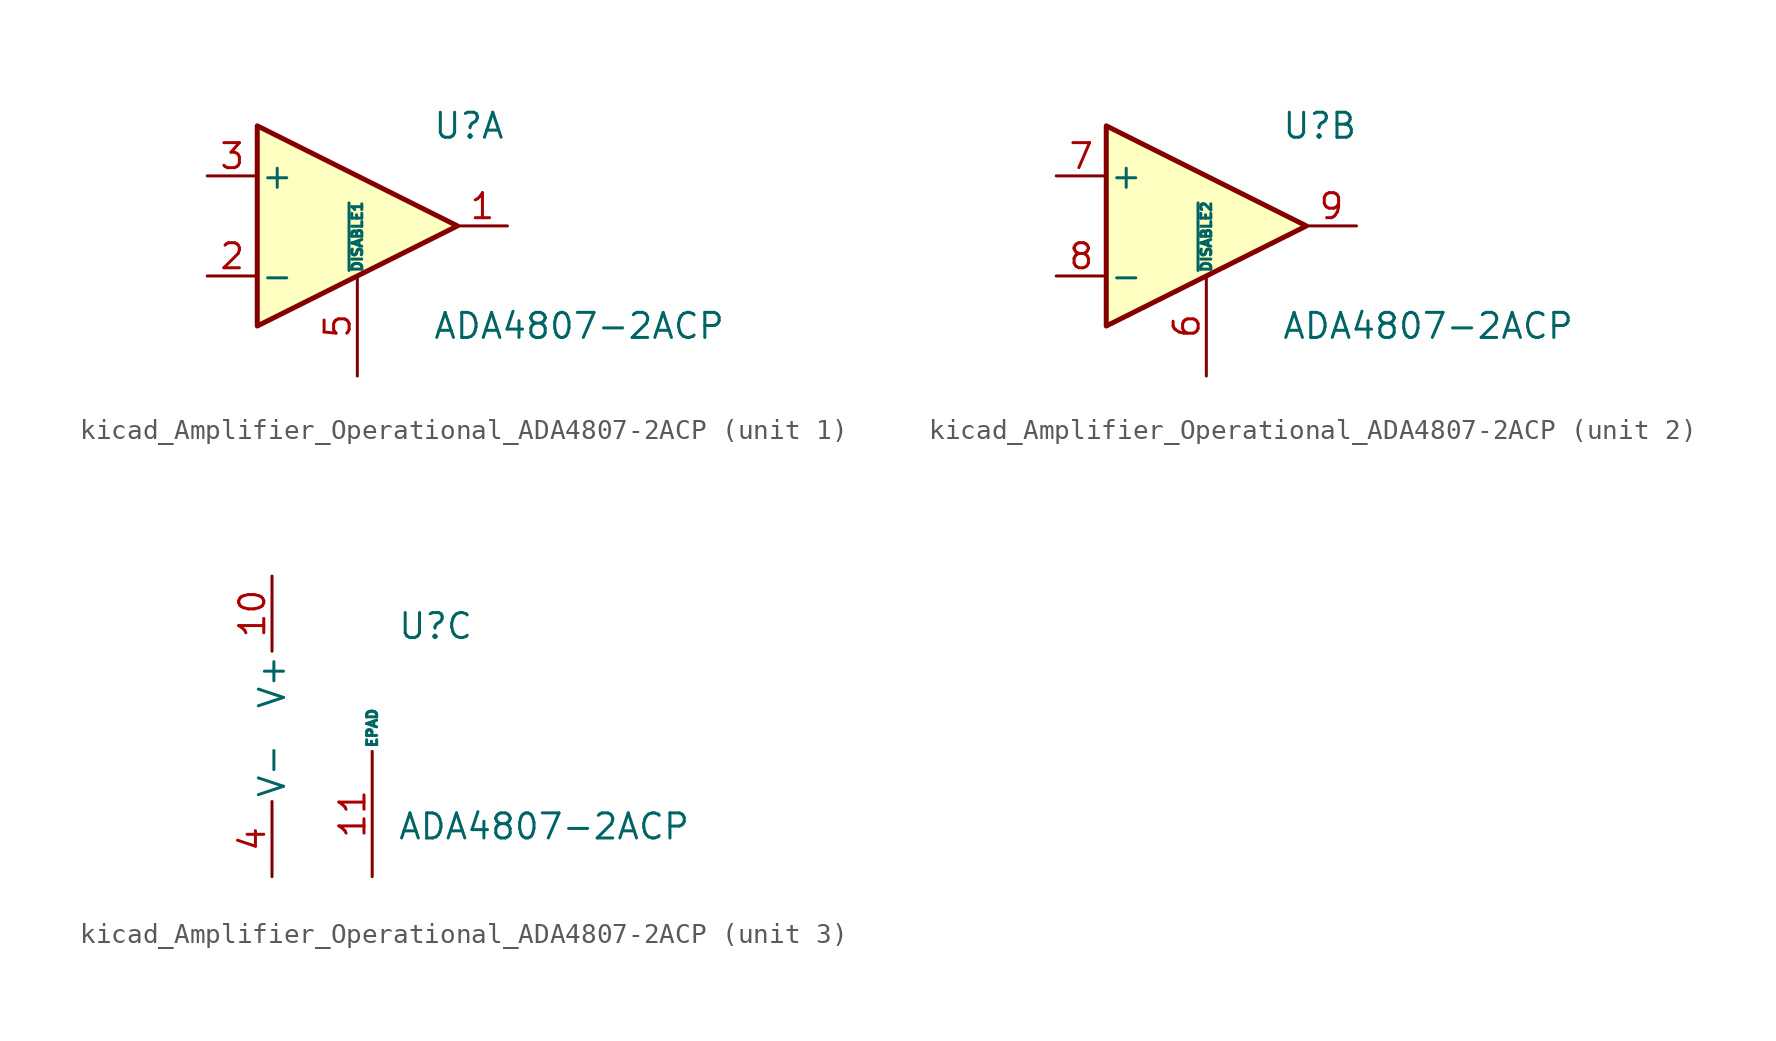
<source format=kicad_sym>
(kicad_symbol_lib
  (version 20220914)
  (generator kicad_symbol_editor)
  (symbol "kicad_Amplifier_Operational_ADA4807-2ACP"
    (pin_names
      (offset 0.127))
    (property "Reference" "U"
      (at 3.81 5.08 0)
      (effects (font (size 1.27 1.27)) (justify left)))
    (property "Value" "ADA4807-2ACP"
      (at 3.81 -5.08 0)
      (effects (font (size 1.27 1.27)) (justify left)))
    (property "ki_locked" ""
      (at 0 0 0)
      (effects (font (size 1.27 1.27))))
    (symbol "kicad_Amplifier_Operational_ADA4807-2ACP_1_1"
      (polyline (pts (xy -5.08 5.08) (xy 5.08 0) (xy -5.08 -5.08) (xy -5.08 5.08)) (stroke (width 0.254) (type default)) (fill (type background)))
      (pin output line (at 7.62 0 180) (length 2.54) (name "~" (effects (font (size 1.27 1.27)))) (number "1" (effects (font (size 1.27 1.27)))))
      (pin input line (at -7.62 -2.54 0) (length 2.54) (name "-" (effects (font (size 1.27 1.27)))) (number "2" (effects (font (size 1.27 1.27)))))
      (pin input line (at -7.62 2.54 0) (length 2.54) (name "+" (effects (font (size 1.27 1.27)))) (number "3" (effects (font (size 1.27 1.27)))))
      (pin input line (at 0 -7.62 90) (length 5.08) (name "~{DISABLE1}" (effects (font (size 0.508 0.508)))) (number "5" (effects (font (size 1.27 1.27))))))
    (symbol "kicad_Amplifier_Operational_ADA4807-2ACP_2_1"
      (polyline (pts (xy -5.08 5.08) (xy 5.08 0) (xy -5.08 -5.08) (xy -5.08 5.08)) (stroke (width 0.254) (type default)) (fill (type background)))
      (pin input line (at 0 -7.62 90) (length 5.08) (name "~{DISABLE2}" (effects (font (size 0.508 0.508)))) (number "6" (effects (font (size 1.27 1.27)))))
      (pin input line (at -7.62 2.54 0) (length 2.54) (name "+" (effects (font (size 1.27 1.27)))) (number "7" (effects (font (size 1.27 1.27)))))
      (pin input line (at -7.62 -2.54 0) (length 2.54) (name "-" (effects (font (size 1.27 1.27)))) (number "8" (effects (font (size 1.27 1.27)))))
      (pin output line (at 7.62 0 180) (length 2.54) (name "~" (effects (font (size 1.27 1.27)))) (number "9" (effects (font (size 1.27 1.27))))))
    (symbol "kicad_Amplifier_Operational_ADA4807-2ACP_3_1"
      (pin power_in line (at -2.54 7.62 270) (length 3.81) (name "V+" (effects (font (size 1.27 1.27)))) (number "10" (effects (font (size 1.27 1.27)))))
      (pin power_in line (at 2.54 -7.62 90) (length 6.35) (name "EPAD" (effects (font (size 0.508 0.508)))) (number "11" (effects (font (size 1.27 1.27)))))
      (pin power_in line (at -2.54 -7.62 90) (length 3.81) (name "V-" (effects (font (size 1.27 1.27)))) (number "4" (effects (font (size 1.27 1.27))))))))
</source>
